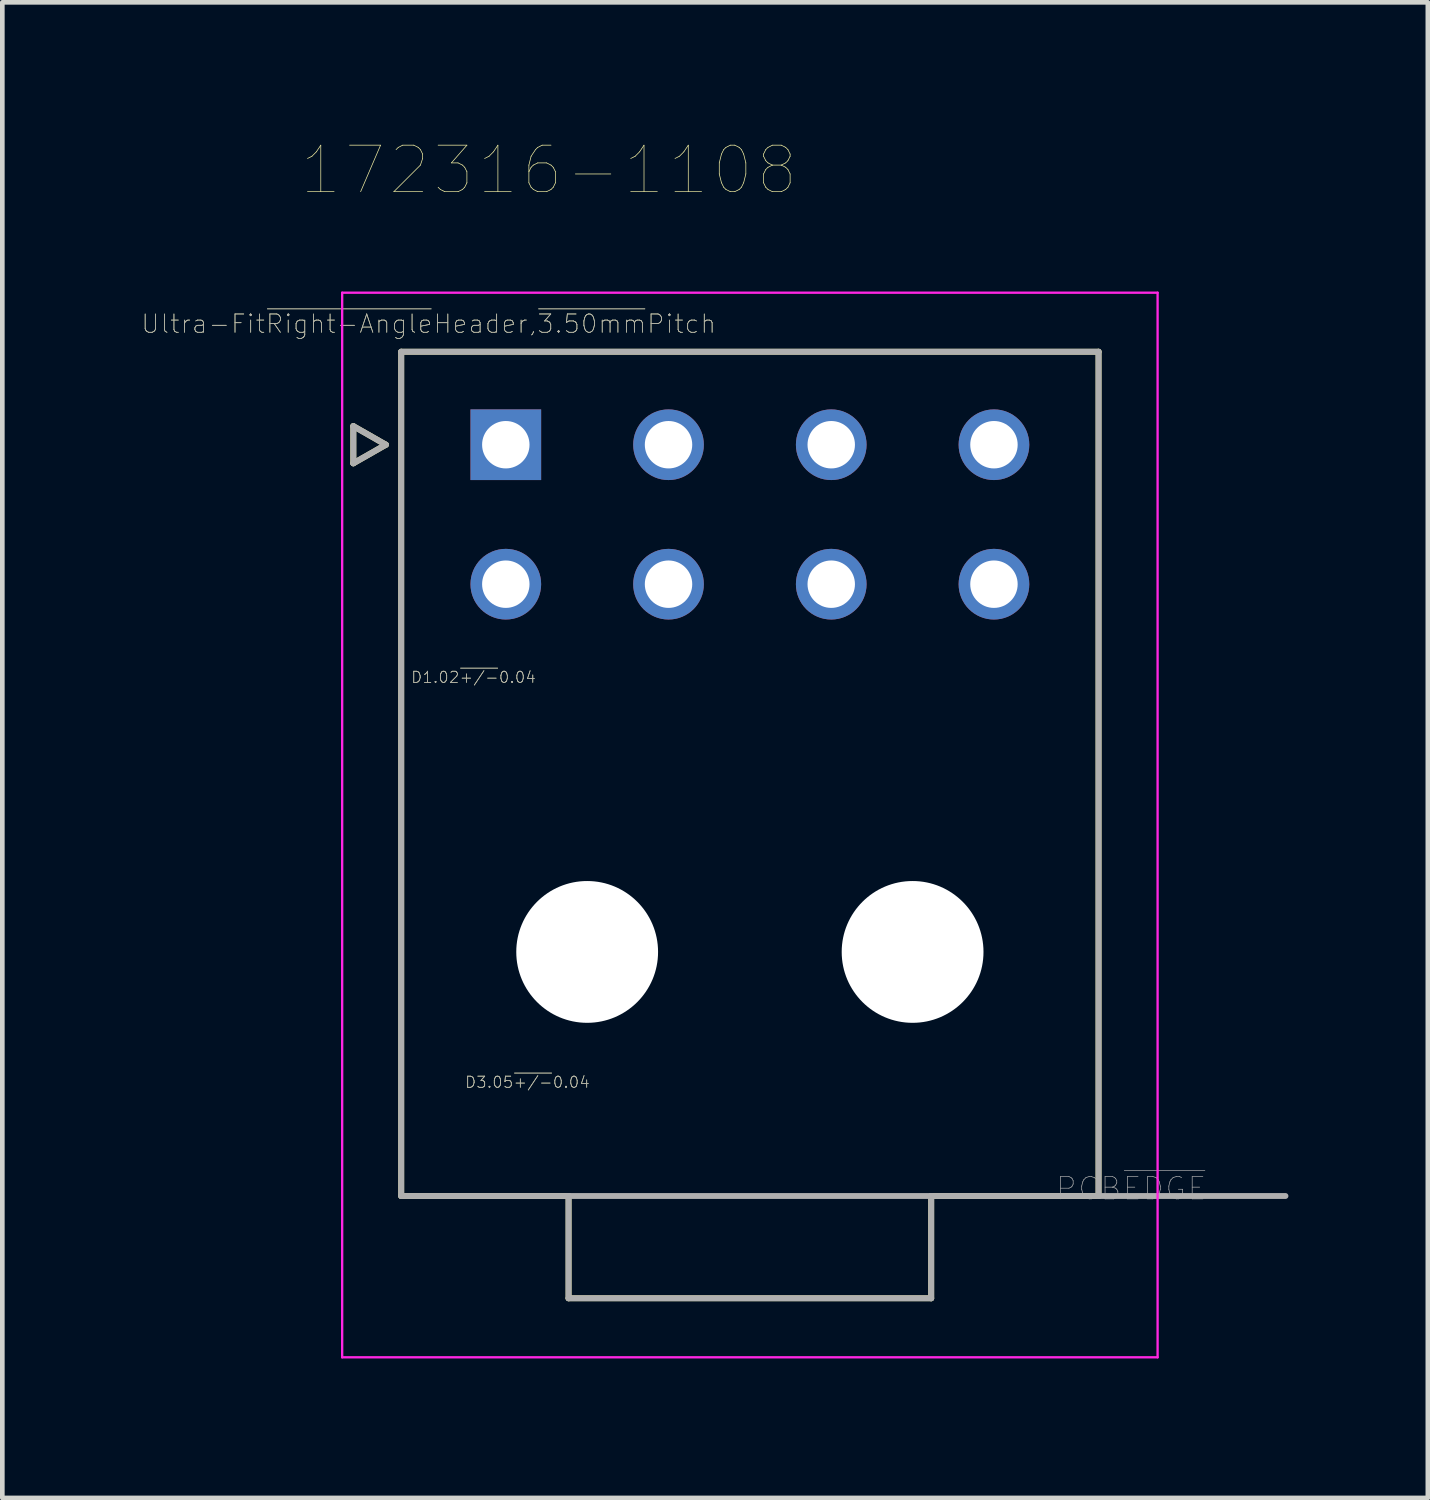
<source format=kicad_pcb>
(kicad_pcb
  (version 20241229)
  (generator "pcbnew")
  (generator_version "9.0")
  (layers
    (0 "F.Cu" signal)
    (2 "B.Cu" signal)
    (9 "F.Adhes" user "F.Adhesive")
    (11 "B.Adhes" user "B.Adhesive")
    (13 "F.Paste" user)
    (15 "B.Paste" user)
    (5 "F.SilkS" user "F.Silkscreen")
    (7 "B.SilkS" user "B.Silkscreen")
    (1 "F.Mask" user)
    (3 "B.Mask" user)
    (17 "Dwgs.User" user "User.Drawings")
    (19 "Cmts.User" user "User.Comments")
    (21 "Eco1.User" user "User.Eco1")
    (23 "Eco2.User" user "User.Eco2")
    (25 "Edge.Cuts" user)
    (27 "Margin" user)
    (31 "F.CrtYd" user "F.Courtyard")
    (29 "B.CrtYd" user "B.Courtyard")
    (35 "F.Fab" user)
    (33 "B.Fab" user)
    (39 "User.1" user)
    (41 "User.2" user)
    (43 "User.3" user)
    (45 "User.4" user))
  (footprint "172316-1108"
    (layer "F.Cu")
    (at 7.83 6.516)
    (property "Reference" "172316-1108" (at 0.925 -5.905 0) (layer "F.SilkS") (effects (font (size 1 1) (thickness 0.015))))
    (attr through_hole)
    (fp_circle (center 0 3) (end 0.418 3) (stroke (width 0.836) (type solid)) (fill no) (layer "F.Mask"))
    (fp_circle (center 1.75 10.91) (end 2.551 10.91) (stroke (width 1.601) (type solid)) (fill no) (layer "F.Mask"))
    (fp_circle (center 3.5 0) (end 3.918 0) (stroke (width 0.836) (type solid)) (fill no) (layer "F.Mask"))
    (fp_circle (center 3.5 3) (end 3.918 3) (stroke (width 0.836) (type solid)) (fill no) (layer "F.Mask"))
    (fp_circle (center 7 0) (end 7.418 0) (stroke (width 0.836) (type solid)) (fill no) (layer "F.Mask"))
    (fp_circle (center 7 3) (end 7.418 3) (stroke (width 0.836) (type solid)) (fill no) (layer "F.Mask"))
    (fp_circle (center 8.75 10.91) (end 9.551 10.91) (stroke (width 1.601) (type solid)) (fill no) (layer "F.Mask"))
    (fp_circle (center 10.5 0) (end 10.918 0) (stroke (width 0.836) (type solid)) (fill no) (layer "F.Mask"))
    (fp_circle (center 10.5 3) (end 10.918 3) (stroke (width 0.836) (type solid)) (fill no) (layer "F.Mask"))
    (fp_poly (pts (xy -0.836 -0.836) (xy 0.836 -0.836) (xy 0.836 0.836) (xy -0.836 0.836)) (stroke (width 0.01) (type solid)) (fill yes) (layer "F.Mask"))
    (fp_circle (center 0 3) (end 0.418 3) (stroke (width 0.836) (type solid)) (fill no) (layer "B.Mask"))
    (fp_circle (center 1.75 10.91) (end 2.551 10.91) (stroke (width 1.601) (type solid)) (fill no) (layer "B.Mask"))
    (fp_circle (center 3.5 0) (end 3.918 0) (stroke (width 0.836) (type solid)) (fill no) (layer "B.Mask"))
    (fp_circle (center 3.5 3) (end 3.918 3) (stroke (width 0.836) (type solid)) (fill no) (layer "B.Mask"))
    (fp_circle (center 7 0) (end 7.418 0) (stroke (width 0.836) (type solid)) (fill no) (layer "B.Mask"))
    (fp_circle (center 7 3) (end 7.418 3) (stroke (width 0.836) (type solid)) (fill no) (layer "B.Mask"))
    (fp_circle (center 8.75 10.91) (end 9.551 10.91) (stroke (width 1.601) (type solid)) (fill no) (layer "B.Mask"))
    (fp_circle (center 10.5 0) (end 10.918 0) (stroke (width 0.836) (type solid)) (fill no) (layer "B.Mask"))
    (fp_circle (center 10.5 3) (end 10.918 3) (stroke (width 0.836) (type solid)) (fill no) (layer "B.Mask"))
    (fp_poly (pts (xy -0.836 -0.836) (xy 0.836 -0.836) (xy 0.836 0.836) (xy -0.836 0.836)) (stroke (width 0.01) (type solid)) (fill yes) (layer "B.Mask"))
    (fp_line (start -3.28 -0.4) (end -3.28 0.4) (stroke (width 0.127) (type solid)) (layer "F.SilkS"))
    (fp_line (start -3.28 0.4) (end -2.58 0) (stroke (width 0.127) (type solid)) (layer "F.SilkS"))
    (fp_line (start -2.58 0) (end -3.28 -0.4) (stroke (width 0.127) (type solid)) (layer "F.SilkS"))
    (fp_line (start -2.25 -2) (end 12.75 -2) (stroke (width 0.127) (type solid)) (layer "F.SilkS"))
    (fp_line (start -2.25 16.16) (end -2.25 -2) (stroke (width 0.127) (type solid)) (layer "F.SilkS"))
    (fp_line (start 1.35 16.16) (end -2.25 16.16) (stroke (width 0.127) (type solid)) (layer "F.SilkS"))
    (fp_line (start 1.35 18.36) (end 1.35 16.16) (stroke (width 0.127) (type solid)) (layer "F.SilkS"))
    (fp_line (start 1.35 18.36) (end 9.15 18.36) (stroke (width 0.127) (type solid)) (layer "F.SilkS"))
    (fp_line (start 9.15 16.16) (end 9.15 18.36) (stroke (width 0.127) (type solid)) (layer "F.SilkS"))
    (fp_line (start 12.75 -2) (end 12.75 16.16) (stroke (width 0.127) (type solid)) (layer "F.SilkS"))
    (fp_line (start 12.75 16.16) (end 9.15 16.16) (stroke (width 0.127) (type solid)) (layer "F.SilkS"))
    (fp_line (start -3.52 -3.27) (end 14.02 -3.27) (stroke (width 0.05) (type solid)) (layer "F.CrtYd"))
    (fp_line (start -3.52 19.63) (end -3.52 -3.27) (stroke (width 0.05) (type solid)) (layer "F.CrtYd"))
    (fp_line (start -3.52 19.63) (end 14.02 19.63) (stroke (width 0.05) (type solid)) (layer "F.CrtYd"))
    (fp_line (start 14.02 -3.27) (end 14.02 19.63) (stroke (width 0.05) (type solid)) (layer "F.CrtYd"))
    (fp_line (start -3.28 -0.4) (end -3.28 0.4) (stroke (width 0.127) (type solid)) (layer "F.Fab"))
    (fp_line (start -3.28 0.4) (end -2.58 0) (stroke (width 0.127) (type solid)) (layer "F.Fab"))
    (fp_line (start -2.58 0) (end -3.28 -0.4) (stroke (width 0.127) (type solid)) (layer "F.Fab"))
    (fp_line (start -2.25 -2) (end 12.75 -2) (stroke (width 0.127) (type solid)) (layer "F.Fab"))
    (fp_line (start -2.25 16.16) (end -2.25 -2) (stroke (width 0.127) (type solid)) (layer "F.Fab"))
    (fp_line (start 1.35 16.16) (end -2.25 16.16) (stroke (width 0.127) (type solid)) (layer "F.Fab"))
    (fp_line (start 1.35 18.36) (end 1.35 16.16) (stroke (width 0.127) (type solid)) (layer "F.Fab"))
    (fp_line (start 1.35 18.36) (end 9.15 18.36) (stroke (width 0.127) (type solid)) (layer "F.Fab"))
    (fp_line (start 9.15 16.16) (end 1.35 16.16) (stroke (width 0.127) (type solid)) (layer "F.Fab"))
    (fp_line (start 9.15 16.16) (end 9.15 18.36) (stroke (width 0.127) (type solid)) (layer "F.Fab"))
    (fp_line (start 12.75 -2) (end 12.75 16.16) (stroke (width 0.127) (type solid)) (layer "F.Fab"))
    (fp_line (start 12.75 16.16) (end 9.15 16.16) (stroke (width 0.127) (type solid)) (layer "F.Fab"))
    (fp_line (start 12.75 16.16) (end 16.77 16.16) (stroke (width 0.127) (type solid)) (layer "F.Fab"))
    (fp_text user "D3.05~{+/-}0.04" (at 0.466 13.712 0) (layer "F.SilkS") (effects (font (size 0.24 0.24) (thickness 0.015))))
    (fp_text user "D1.02~{+/-}0.04" (at -0.694 5.002 0) (layer "F.SilkS") (effects (font (size 0.24 0.24) (thickness 0.015))))
    (fp_text user "Ultra-Fit~{Right-Angle}Header,~{3.50mm}Pitch" (at -1.66 -2.6 0) (layer "F.SilkS") (effects (font (size 0.394 0.394) (thickness 0.015))))
    (fp_text user "PCB~{EDGE}" (at 13.45 16 0) (layer "F.Fab") (effects (font (size 0.48 0.48) (thickness 0.015))))
    (fp_text user "Ultra-Fit~{Right-Angle}Header,~{3.50mm}Pitch" (at -1.66 -2.6 0) (layer "F.Fab") (effects (font (size 0.394 0.394) (thickness 0.015))))
    (fp_text user "D1.02~{+/-}0.04" (at -0.694 5.002 0) (layer "F.Fab") (effects (font (size 0.24 0.24) (thickness 0.015))))
    (fp_text user "D3.05~{+/-}0.04" (at 0.466 13.712 0) (layer "F.Fab") (effects (font (size 0.24 0.24) (thickness 0.015))))
    (pad "" np_thru_hole circle (at 1.75 10.91) (size 3.05 3.05) (drill 3.05) (layers "*.Cu" "*.Mask"))
    (pad "" np_thru_hole circle (at 8.75 10.91) (size 3.05 3.05) (drill 3.05) (layers "*.Cu" "*.Mask"))
    (pad "1" thru_hole rect (at 0 0) (size 1.52 1.52) (drill 1.02) (layers "*.Cu"))
    (pad "2" thru_hole circle (at 3.5 0) (size 1.52 1.52) (drill 1.02) (layers "*.Cu"))
    (pad "3" thru_hole circle (at 7 0) (size 1.52 1.52) (drill 1.02) (layers "*.Cu"))
    (pad "4" thru_hole circle (at 10.5 0) (size 1.52 1.52) (drill 1.02) (layers "*.Cu"))
    (pad "5" thru_hole circle (at 0 3) (size 1.52 1.52) (drill 1.02) (layers "*.Cu"))
    (pad "6" thru_hole circle (at 3.5 3) (size 1.52 1.52) (drill 1.02) (layers "*.Cu"))
    (pad "7" thru_hole circle (at 7 3) (size 1.52 1.52) (drill 1.02) (layers "*.Cu"))
    (pad "8" thru_hole circle (at 10.5 3) (size 1.52 1.52) (drill 1.02) (layers "*.Cu")))
  (gr_rect
    (start -3 -3)
    (end 27.663 29.171)
    (stroke (width 0.1) (type default))
    (fill no)
    (layer "Edge.Cuts")))
</source>
